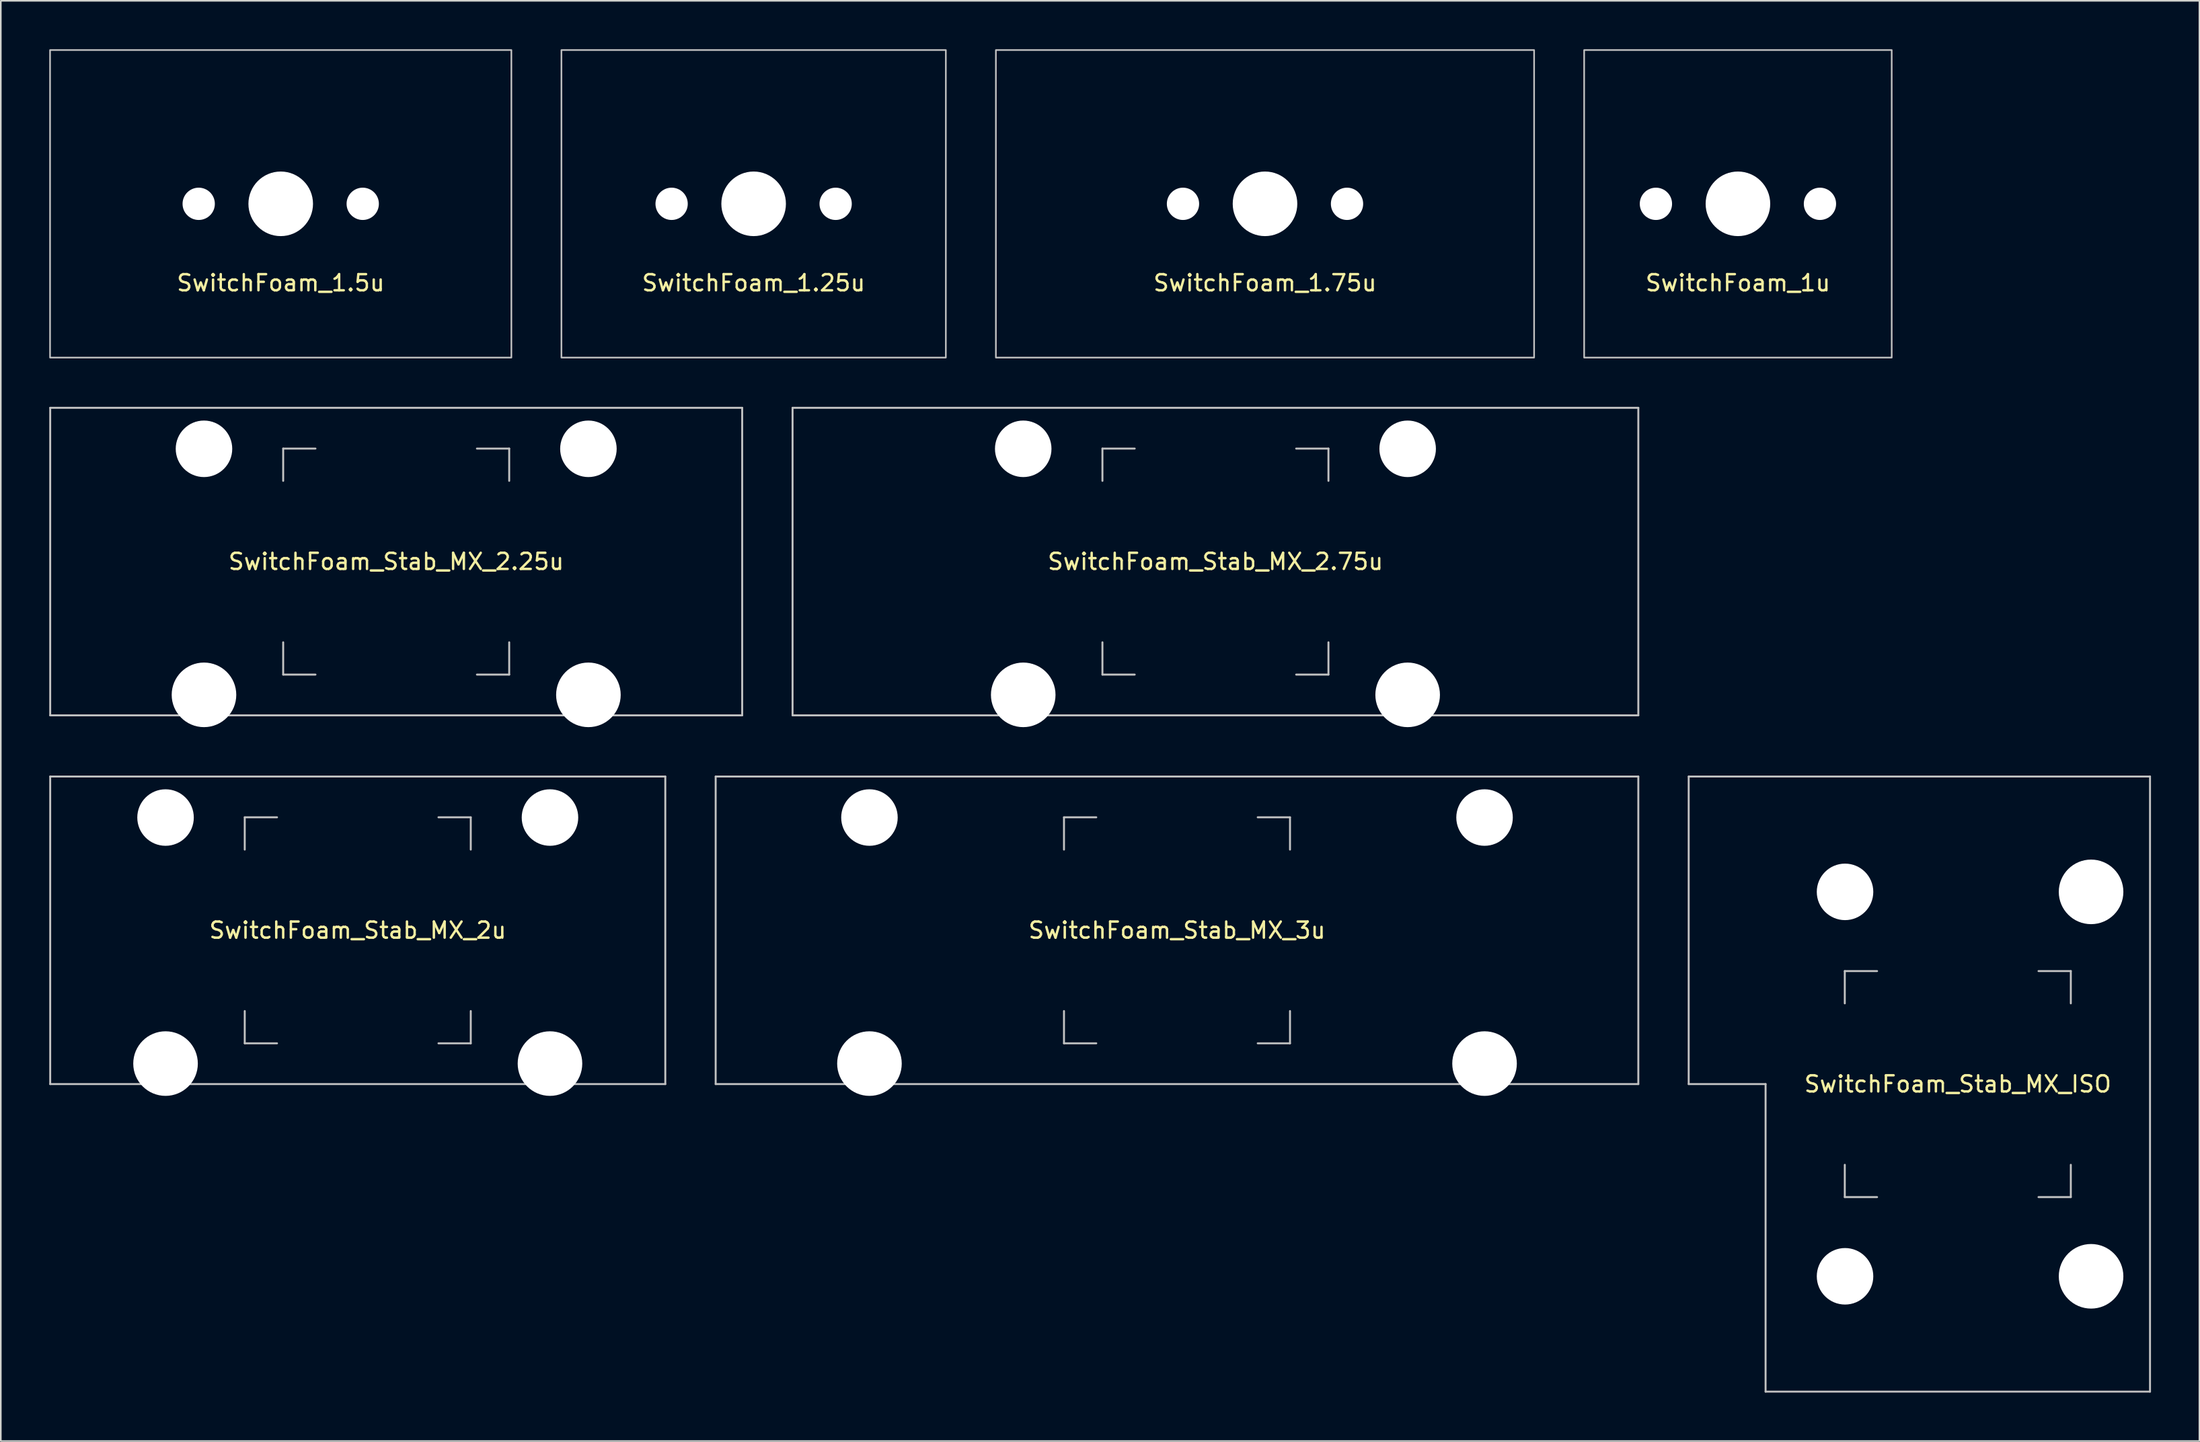
<source format=kicad_pcb>
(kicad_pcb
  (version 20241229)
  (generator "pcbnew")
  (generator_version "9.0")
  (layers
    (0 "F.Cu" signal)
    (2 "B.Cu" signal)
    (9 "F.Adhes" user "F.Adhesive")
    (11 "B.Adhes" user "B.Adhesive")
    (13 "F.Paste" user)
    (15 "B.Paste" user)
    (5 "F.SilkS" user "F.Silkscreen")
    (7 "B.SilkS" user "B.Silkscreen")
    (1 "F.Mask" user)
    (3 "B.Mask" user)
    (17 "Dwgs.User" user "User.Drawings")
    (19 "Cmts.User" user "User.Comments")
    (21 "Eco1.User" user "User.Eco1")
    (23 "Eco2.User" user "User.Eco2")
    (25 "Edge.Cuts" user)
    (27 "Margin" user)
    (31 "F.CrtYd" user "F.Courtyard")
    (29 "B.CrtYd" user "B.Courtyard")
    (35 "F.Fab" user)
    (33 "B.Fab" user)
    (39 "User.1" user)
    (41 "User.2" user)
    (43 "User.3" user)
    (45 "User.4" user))
  (footprint "SwitchFoam_1.25u"
    (layer "F.Cu")
    (at 43.631 9.575)
    (property "Reference" "SwitchFoam_1.25u" (at 0 4.9 0) (layer "F.SilkS") (effects (font (size 1 1) (thickness 0.15))))
    (attr smd)
    (fp_rect (start -11.906 -9.525) (end 11.906 9.525) (stroke (width 0.1) (type default)) (fill no) (layer "Dwgs.User"))
    (pad "" np_thru_hole circle (at -5.08 0) (size 2 2) (drill 2) (layers "*.Cu" "*.Mask"))
    (pad "" np_thru_hole circle (at 0 0) (size 4 4) (drill 4) (layers "*.Cu" "*.Mask"))
    (pad "" np_thru_hole circle (at 5.08 0) (size 2 2) (drill 2) (layers "*.Cu" "*.Mask")))
  (footprint "SwitchFoam_Stab_MX_2u"
    (layer "F.Cu")
    (at 19.11 54.575)
    (property "Reference" "SwitchFoam_Stab_MX_2u" (at 0 0 0) (layer "F.SilkS") (effects (font (size 1 1) (thickness 0.15))))
    (attr through_hole exclude_from_pos_files exclude_from_bom)
    (fp_line (start -19.05 -9.525) (end -19.05 9.525) (stroke (width 0.12) (type solid)) (layer "Dwgs.User"))
    (fp_line (start -19.05 -9.525) (end 19.05 -9.525) (stroke (width 0.12) (type solid)) (layer "Dwgs.User"))
    (fp_line (start -19.05 9.525) (end 19.05 9.525) (stroke (width 0.12) (type solid)) (layer "Dwgs.User"))
    (fp_line (start -7 -7) (end -5 -7) (stroke (width 0.12) (type solid)) (layer "Dwgs.User"))
    (fp_line (start -7 -5) (end -7 -7) (stroke (width 0.12) (type solid)) (layer "Dwgs.User"))
    (fp_line (start -7 7) (end -7 5) (stroke (width 0.12) (type solid)) (layer "Dwgs.User"))
    (fp_line (start -5 7) (end -7 7) (stroke (width 0.12) (type solid)) (layer "Dwgs.User"))
    (fp_line (start 5 -7) (end 7 -7) (stroke (width 0.12) (type solid)) (layer "Dwgs.User"))
    (fp_line (start 5 7) (end 7 7) (stroke (width 0.12) (type solid)) (layer "Dwgs.User"))
    (fp_line (start 7 -7) (end 7 -5) (stroke (width 0.12) (type solid)) (layer "Dwgs.User"))
    (fp_line (start 7 7) (end 7 5) (stroke (width 0.12) (type solid)) (layer "Dwgs.User"))
    (fp_line (start 19.05 -9.525) (end 19.05 9.525) (stroke (width 0.12) (type solid)) (layer "Dwgs.User"))
    (pad "" np_thru_hole circle (at -11.906 -6.985) (size 3.5 3.5) (drill 3.5) (layers "*.Cu" "*.Mask"))
    (pad "" np_thru_hole circle (at -11.906 8.255) (size 4 4) (drill 4) (layers "*.Cu" "*.Mask"))
    (pad "" np_thru_hole circle (at 11.906 -6.985) (size 3.5 3.5) (drill 3.5) (layers "*.Cu" "*.Mask"))
    (pad "" np_thru_hole circle (at 11.906 8.255) (size 4 4) (drill 4) (layers "*.Cu" "*.Mask")))
  (footprint "SwitchFoam_Stab_MX_2.25u"
    (layer "F.Cu")
    (at 21.491 31.735)
    (property "Reference" "SwitchFoam_Stab_MX_2.25u" (at 0 0 0) (layer "F.SilkS") (effects (font (size 1 1) (thickness 0.15))))
    (attr through_hole exclude_from_pos_files exclude_from_bom)
    (fp_line (start -21.431 -9.525) (end -21.431 9.525) (stroke (width 0.12) (type solid)) (layer "Dwgs.User"))
    (fp_line (start -21.431 -9.525) (end 21.431 -9.525) (stroke (width 0.12) (type solid)) (layer "Dwgs.User"))
    (fp_line (start -21.431 9.525) (end 21.431 9.525) (stroke (width 0.12) (type solid)) (layer "Dwgs.User"))
    (fp_line (start -7 -7) (end -5 -7) (stroke (width 0.12) (type solid)) (layer "Dwgs.User"))
    (fp_line (start -7 -5) (end -7 -7) (stroke (width 0.12) (type solid)) (layer "Dwgs.User"))
    (fp_line (start -7 7) (end -7 5) (stroke (width 0.12) (type solid)) (layer "Dwgs.User"))
    (fp_line (start -5 7) (end -7 7) (stroke (width 0.12) (type solid)) (layer "Dwgs.User"))
    (fp_line (start 5 -7) (end 7 -7) (stroke (width 0.12) (type solid)) (layer "Dwgs.User"))
    (fp_line (start 5 7) (end 7 7) (stroke (width 0.12) (type solid)) (layer "Dwgs.User"))
    (fp_line (start 7 -7) (end 7 -5) (stroke (width 0.12) (type solid)) (layer "Dwgs.User"))
    (fp_line (start 7 7) (end 7 5) (stroke (width 0.12) (type solid)) (layer "Dwgs.User"))
    (fp_line (start 21.431 -9.525) (end 21.431 9.525) (stroke (width 0.12) (type solid)) (layer "Dwgs.User"))
    (pad "" np_thru_hole circle (at -11.906 -6.985) (size 3.5 3.5) (drill 3.5) (layers "*.Cu" "*.Mask"))
    (pad "" np_thru_hole circle (at -11.906 8.255) (size 4 4) (drill 4) (layers "*.Cu" "*.Mask"))
    (pad "" np_thru_hole circle (at 11.906 -6.985) (size 3.5 3.5) (drill 3.5) (layers "*.Cu" "*.Mask"))
    (pad "" np_thru_hole circle (at 11.906 8.255) (size 4 4) (drill 4) (layers "*.Cu" "*.Mask")))
  (footprint "SwitchFoam_Stab_MX_ISO"
    (layer "F.Cu")
    (at 118.219 64.1)
    (property "Reference" "SwitchFoam_Stab_MX_ISO" (at 0 0 180) (layer "F.SilkS") (effects (font (size 1 1) (thickness 0.15))))
    (attr through_hole exclude_from_pos_files exclude_from_bom)
    (fp_line (start -16.669 -19.05) (end -16.669 0) (stroke (width 0.12) (type solid)) (layer "Dwgs.User"))
    (fp_line (start -16.669 0) (end -11.906 0) (stroke (width 0.12) (type solid)) (layer "Dwgs.User"))
    (fp_line (start -11.906 0) (end -11.906 19.05) (stroke (width 0.12) (type solid)) (layer "Dwgs.User"))
    (fp_line (start -11.906 19.05) (end 11.906 19.05) (stroke (width 0.12) (type solid)) (layer "Dwgs.User"))
    (fp_line (start -7 -7) (end -5 -7) (stroke (width 0.12) (type solid)) (layer "Dwgs.User"))
    (fp_line (start -7 -5) (end -7 -7) (stroke (width 0.12) (type solid)) (layer "Dwgs.User"))
    (fp_line (start -7 7) (end -7 5) (stroke (width 0.12) (type solid)) (layer "Dwgs.User"))
    (fp_line (start -5 7) (end -7 7) (stroke (width 0.12) (type solid)) (layer "Dwgs.User"))
    (fp_line (start 7 -7) (end 5 -7) (stroke (width 0.12) (type solid)) (layer "Dwgs.User"))
    (fp_line (start 7 -5) (end 7 -7) (stroke (width 0.12) (type solid)) (layer "Dwgs.User"))
    (fp_line (start 7 5) (end 7 7) (stroke (width 0.12) (type solid)) (layer "Dwgs.User"))
    (fp_line (start 7 7) (end 5 7) (stroke (width 0.12) (type solid)) (layer "Dwgs.User"))
    (fp_line (start 11.906 -19.05) (end -16.669 -19.05) (stroke (width 0.12) (type solid)) (layer "Dwgs.User"))
    (fp_line (start 11.906 19.05) (end 11.906 -19.05) (stroke (width 0.12) (type solid)) (layer "Dwgs.User"))
    (pad "" np_thru_hole circle (at -6.985 -11.906 90) (size 3.5 3.5) (drill 3.5) (layers "*.Cu" "*.Mask"))
    (pad "" np_thru_hole circle (at -6.985 11.906 90) (size 3.5 3.5) (drill 3.5) (layers "*.Cu" "*.Mask"))
    (pad "" np_thru_hole circle (at 8.255 -11.906 90) (size 4 4) (drill 4) (layers "*.Cu" "*.Mask"))
    (pad "" np_thru_hole circle (at 8.255 11.906 90) (size 4 4) (drill 4) (layers "*.Cu" "*.Mask")))
  (footprint "SwitchFoam_Stab_MX_2.75u"
    (layer "F.Cu")
    (at 72.236 31.735)
    (property "Reference" "SwitchFoam_Stab_MX_2.75u" (at 0 0 0) (layer "F.SilkS") (effects (font (size 1 1) (thickness 0.15))))
    (attr through_hole exclude_from_pos_files exclude_from_bom)
    (fp_line (start -26.194 -9.525) (end -26.194 9.525) (stroke (width 0.12) (type solid)) (layer "Dwgs.User"))
    (fp_line (start -26.194 -9.525) (end 26.194 -9.525) (stroke (width 0.12) (type solid)) (layer "Dwgs.User"))
    (fp_line (start -26.194 9.525) (end 26.194 9.525) (stroke (width 0.12) (type solid)) (layer "Dwgs.User"))
    (fp_line (start -7 -7) (end -5 -7) (stroke (width 0.12) (type solid)) (layer "Dwgs.User"))
    (fp_line (start -7 -5) (end -7 -7) (stroke (width 0.12) (type solid)) (layer "Dwgs.User"))
    (fp_line (start -7 7) (end -7 5) (stroke (width 0.12) (type solid)) (layer "Dwgs.User"))
    (fp_line (start -5 7) (end -7 7) (stroke (width 0.12) (type solid)) (layer "Dwgs.User"))
    (fp_line (start 5 -7) (end 7 -7) (stroke (width 0.12) (type solid)) (layer "Dwgs.User"))
    (fp_line (start 5 7) (end 7 7) (stroke (width 0.12) (type solid)) (layer "Dwgs.User"))
    (fp_line (start 7 -7) (end 7 -5) (stroke (width 0.12) (type solid)) (layer "Dwgs.User"))
    (fp_line (start 7 7) (end 7 5) (stroke (width 0.12) (type solid)) (layer "Dwgs.User"))
    (fp_line (start 26.194 -9.525) (end 26.194 9.525) (stroke (width 0.12) (type solid)) (layer "Dwgs.User"))
    (pad "" np_thru_hole circle (at -11.906 -6.985) (size 3.5 3.5) (drill 3.5) (layers "*.Cu" "*.Mask"))
    (pad "" np_thru_hole circle (at -11.906 8.255) (size 4 4) (drill 4) (layers "*.Cu" "*.Mask"))
    (pad "" np_thru_hole circle (at 11.906 -6.985) (size 3.5 3.5) (drill 3.5) (layers "*.Cu" "*.Mask"))
    (pad "" np_thru_hole circle (at 11.906 8.255) (size 4 4) (drill 4) (layers "*.Cu" "*.Mask")))
  (footprint "SwitchFoam_1.75u"
    (layer "F.Cu")
    (at 75.306 9.575)
    (property "Reference" "SwitchFoam_1.75u" (at 0 4.9 0) (layer "F.SilkS") (effects (font (size 1 1) (thickness 0.15))))
    (attr smd)
    (fp_rect (start -16.669 -9.525) (end 16.669 9.525) (stroke (width 0.1) (type default)) (fill no) (layer "Dwgs.User"))
    (pad "" np_thru_hole circle (at -5.08 0) (size 2 2) (drill 2) (layers "*.Cu" "*.Mask"))
    (pad "" np_thru_hole circle (at 0 0) (size 4 4) (drill 4) (layers "*.Cu" "*.Mask"))
    (pad "" np_thru_hole circle (at 5.08 0) (size 2 2) (drill 2) (layers "*.Cu" "*.Mask")))
  (footprint "SwitchFoam_1.5u"
    (layer "F.Cu")
    (at 14.338 9.575)
    (property "Reference" "SwitchFoam_1.5u" (at 0 4.9 0) (layer "F.SilkS") (effects (font (size 1 1) (thickness 0.15))))
    (attr smd)
    (fp_rect (start -14.287 -9.525) (end 14.287 9.525) (stroke (width 0.1) (type default)) (fill no) (layer "Dwgs.User"))
    (pad "" np_thru_hole circle (at -5.08 0) (size 2 2) (drill 2) (layers "*.Cu" "*.Mask"))
    (pad "" np_thru_hole circle (at 0 0) (size 4 4) (drill 4) (layers "*.Cu" "*.Mask"))
    (pad "" np_thru_hole circle (at 5.08 0) (size 2 2) (drill 2) (layers "*.Cu" "*.Mask")))
  (footprint "SwitchFoam_1u"
    (layer "F.Cu")
    (at 104.6 9.575)
    (property "Reference" "SwitchFoam_1u" (at 0 4.9 0) (layer "F.SilkS") (effects (font (size 1 1) (thickness 0.15))))
    (attr smd)
    (fp_rect (start -9.525 -9.525) (end 9.525 9.525) (stroke (width 0.1) (type default)) (fill no) (layer "Dwgs.User"))
    (pad "" np_thru_hole circle (at -5.08 0) (size 2 2) (drill 2) (layers "*.Cu" "*.Mask"))
    (pad "" np_thru_hole circle (at 0 0) (size 4 4) (drill 4) (layers "*.Cu" "*.Mask"))
    (pad "" np_thru_hole circle (at 5.08 0) (size 2 2) (drill 2) (layers "*.Cu" "*.Mask")))
  (footprint "SwitchFoam_Stab_MX_3u"
    (layer "F.Cu")
    (at 69.855 54.575)
    (property "Reference" "SwitchFoam_Stab_MX_3u" (at 0 0 0) (layer "F.SilkS") (effects (font (size 1 1) (thickness 0.15))))
    (attr through_hole exclude_from_pos_files exclude_from_bom)
    (fp_line (start -28.575 -9.525) (end -28.575 9.525) (stroke (width 0.12) (type solid)) (layer "Dwgs.User"))
    (fp_line (start -28.575 -9.525) (end 28.575 -9.525) (stroke (width 0.12) (type solid)) (layer "Dwgs.User"))
    (fp_line (start -28.575 9.525) (end 28.575 9.525) (stroke (width 0.12) (type solid)) (layer "Dwgs.User"))
    (fp_line (start -7 -7) (end -5 -7) (stroke (width 0.12) (type solid)) (layer "Dwgs.User"))
    (fp_line (start -7 -5) (end -7 -7) (stroke (width 0.12) (type solid)) (layer "Dwgs.User"))
    (fp_line (start -7 7) (end -7 5) (stroke (width 0.12) (type solid)) (layer "Dwgs.User"))
    (fp_line (start -5 7) (end -7 7) (stroke (width 0.12) (type solid)) (layer "Dwgs.User"))
    (fp_line (start 5 -7) (end 7 -7) (stroke (width 0.12) (type solid)) (layer "Dwgs.User"))
    (fp_line (start 5 7) (end 7 7) (stroke (width 0.12) (type solid)) (layer "Dwgs.User"))
    (fp_line (start 7 -7) (end 7 -5) (stroke (width 0.12) (type solid)) (layer "Dwgs.User"))
    (fp_line (start 7 7) (end 7 5) (stroke (width 0.12) (type solid)) (layer "Dwgs.User"))
    (fp_line (start 28.575 -9.525) (end 28.575 9.525) (stroke (width 0.12) (type solid)) (layer "Dwgs.User"))
    (pad "" np_thru_hole circle (at -19.05 -6.985) (size 3.5 3.5) (drill 3.5) (layers "*.Cu" "*.Mask"))
    (pad "" np_thru_hole circle (at -19.05 8.255) (size 4 4) (drill 4) (layers "*.Cu" "*.Mask"))
    (pad "" np_thru_hole circle (at 19.05 -6.985) (size 3.5 3.5) (drill 3.5) (layers "*.Cu" "*.Mask"))
    (pad "" np_thru_hole circle (at 19.05 8.255) (size 4 4) (drill 4) (layers "*.Cu" "*.Mask")))
  (gr_rect
    (start -3 -3)
    (end 133.185 86.21)
    (stroke (width 0.1) (type default))
    (fill no)
    (layer "Edge.Cuts")))
</source>
